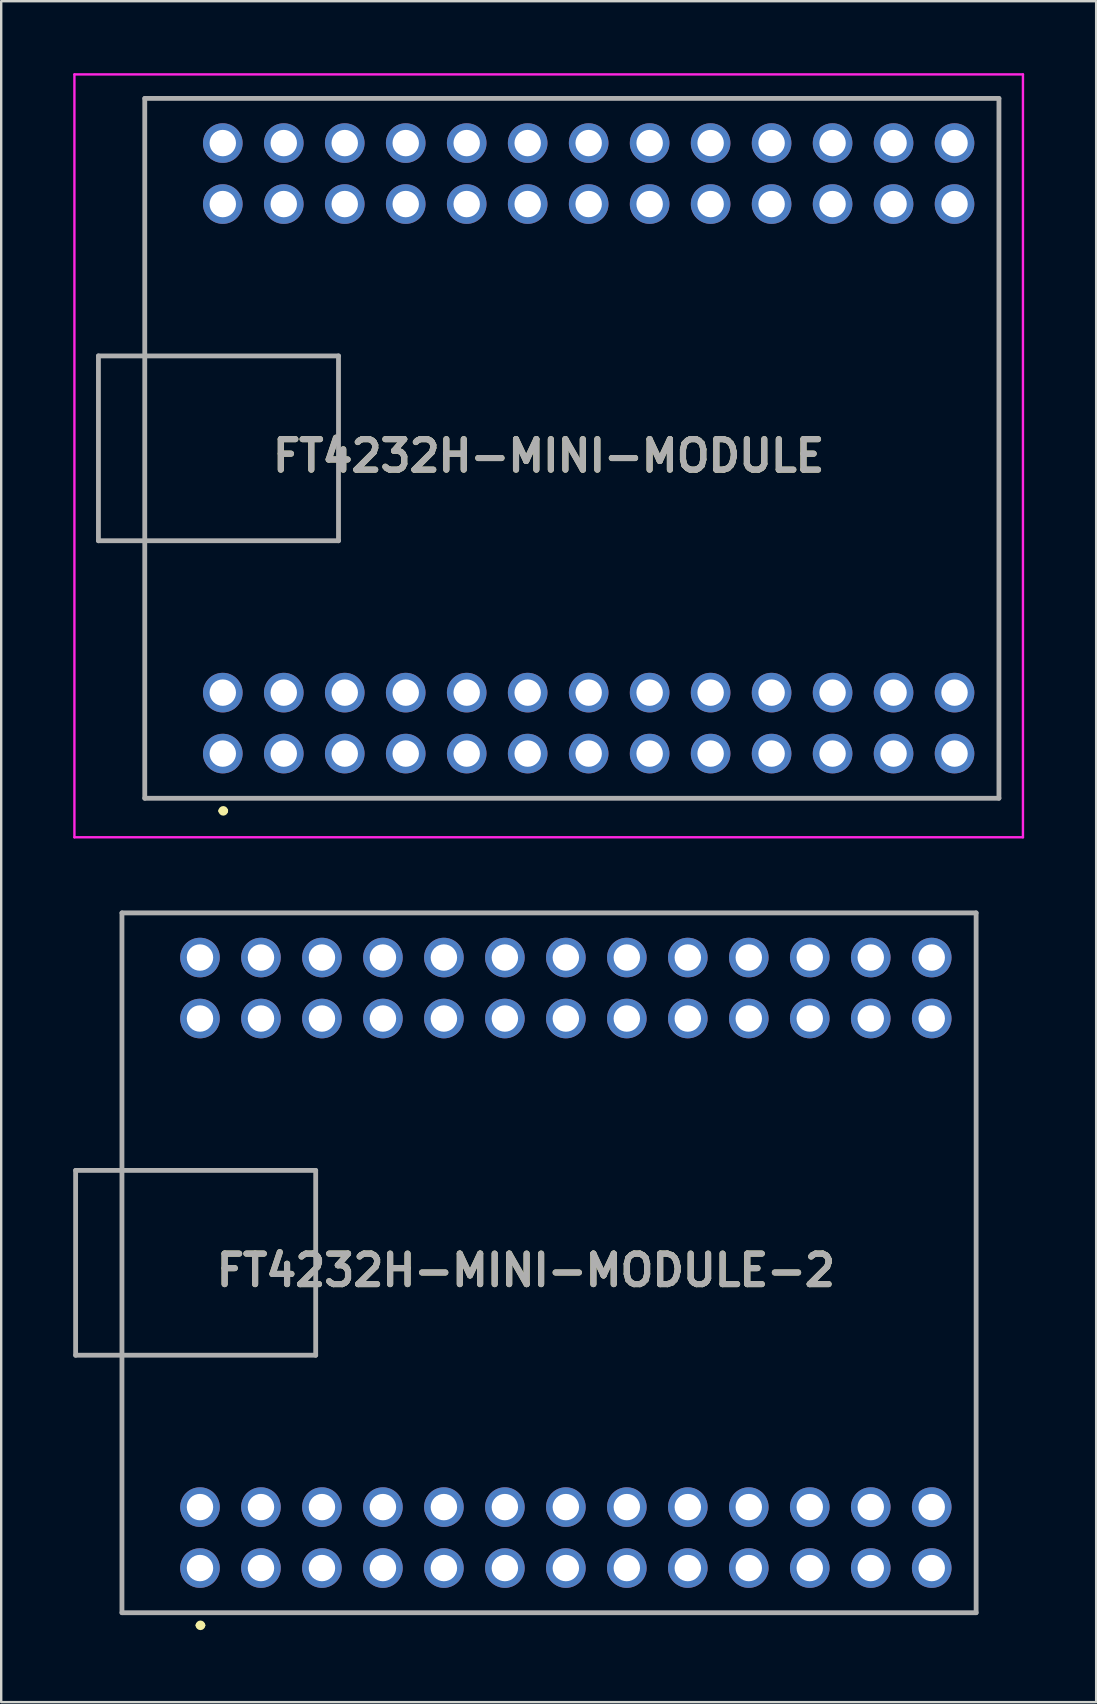
<source format=kicad_pcb>
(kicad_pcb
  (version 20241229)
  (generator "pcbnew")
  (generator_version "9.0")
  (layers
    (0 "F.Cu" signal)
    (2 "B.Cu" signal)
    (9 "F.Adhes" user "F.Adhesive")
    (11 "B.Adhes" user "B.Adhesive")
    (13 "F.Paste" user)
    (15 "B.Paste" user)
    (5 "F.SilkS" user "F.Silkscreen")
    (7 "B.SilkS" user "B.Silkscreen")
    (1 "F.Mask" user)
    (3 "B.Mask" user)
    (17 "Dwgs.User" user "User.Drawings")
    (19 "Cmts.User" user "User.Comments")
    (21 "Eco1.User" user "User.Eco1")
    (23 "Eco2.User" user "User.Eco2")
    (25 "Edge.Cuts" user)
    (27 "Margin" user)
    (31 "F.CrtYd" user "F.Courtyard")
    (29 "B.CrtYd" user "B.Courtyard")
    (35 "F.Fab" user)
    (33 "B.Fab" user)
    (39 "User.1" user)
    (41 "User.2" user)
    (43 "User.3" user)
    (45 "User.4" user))
  (footprint "FT4232H-MINI-MODULE-2"
    (layer "F.Cu")
    (at 18.855 49.864)
    (property "Reference" "FT4232H-MINI-MODULE-2" (at 0 0 0) (layer "F.SilkS") (effects (font (size 1.27 1.27) (thickness 0.254))))
    (attr through_hole)
    (fp_line (start -18.755 -4.163) (end -8.755 -4.163) (stroke (width 0.1) (type solid)) (layer "F.SilkS"))
    (fp_line (start -18.755 3.537) (end -18.755 -4.163) (stroke (width 0.1) (type solid)) (layer "F.SilkS"))
    (fp_line (start -16.825 -14.888) (end 18.755 -14.888) (stroke (width 0.1) (type solid)) (layer "F.SilkS"))
    (fp_line (start -16.825 14.262) (end -16.825 -14.888) (stroke (width 0.1) (type solid)) (layer "F.SilkS"))
    (fp_line (start -13.655 14.788) (end -13.655 14.788) (stroke (width 0.2) (type solid)) (layer "F.SilkS"))
    (fp_line (start -13.455 14.788) (end -13.455 14.788) (stroke (width 0.2) (type solid)) (layer "F.SilkS"))
    (fp_line (start -8.755 -4.163) (end -8.755 3.537) (stroke (width 0.1) (type solid)) (layer "F.SilkS"))
    (fp_line (start -8.755 3.537) (end -18.755 3.537) (stroke (width 0.1) (type solid)) (layer "F.SilkS"))
    (fp_line (start 18.755 -14.888) (end 18.755 14.262) (stroke (width 0.1) (type solid)) (layer "F.SilkS"))
    (fp_line (start 18.755 14.262) (end -16.825 14.262) (stroke (width 0.1) (type solid)) (layer "F.SilkS"))
    (fp_arc (start -13.655 14.788) (mid -13.5555 14.6875) (end -13.455 14.787) (stroke (width 0.2) (type solid)) (layer "F.SilkS"))
    (fp_arc (start -13.455 14.788) (mid -13.5555 14.8875) (end -13.655 14.787) (stroke (width 0.2) (type solid)) (layer "F.SilkS"))
    (fp_line (start -18.755 -4.163) (end -8.755 -4.163) (stroke (width 0.2) (type solid)) (layer "F.Fab"))
    (fp_line (start -18.755 3.537) (end -18.755 -4.163) (stroke (width 0.2) (type solid)) (layer "F.Fab"))
    (fp_line (start -16.825 -14.888) (end 18.755 -14.888) (stroke (width 0.2) (type solid)) (layer "F.Fab"))
    (fp_line (start -16.825 14.262) (end -16.825 -14.888) (stroke (width 0.2) (type solid)) (layer "F.Fab"))
    (fp_line (start -8.755 -4.163) (end -8.755 3.537) (stroke (width 0.2) (type solid)) (layer "F.Fab"))
    (fp_line (start -8.755 3.537) (end -18.755 3.537) (stroke (width 0.2) (type solid)) (layer "F.Fab"))
    (fp_line (start 18.755 -14.888) (end 18.755 14.262) (stroke (width 0.2) (type solid)) (layer "F.Fab"))
    (fp_line (start 18.755 14.262) (end -16.825 14.262) (stroke (width 0.2) (type solid)) (layer "F.Fab"))
    (fp_text user "${REFERENCE}" (at 0 0 0) (layer "F.Fab") (effects (font (size 1.27 1.27) (thickness 0.254))))
    (pad "1" thru_hole circle (at -13.575 12.402) (size 1.65 1.65) (drill 1.1) (layers "*.Cu" "*.Mask"))
    (pad "2" thru_hole circle (at -11.035 12.402) (size 1.65 1.65) (drill 1.1) (layers "*.Cu" "*.Mask"))
    (pad "3" thru_hole circle (at -8.495 12.402) (size 1.65 1.65) (drill 1.1) (layers "*.Cu" "*.Mask"))
    (pad "4" thru_hole circle (at -5.955 12.402) (size 1.65 1.65) (drill 1.1) (layers "*.Cu" "*.Mask"))
    (pad "5" thru_hole circle (at -3.415 12.402) (size 1.65 1.65) (drill 1.1) (layers "*.Cu" "*.Mask"))
    (pad "6" thru_hole circle (at -0.875 12.402) (size 1.65 1.65) (drill 1.1) (layers "*.Cu" "*.Mask"))
    (pad "7" thru_hole circle (at 1.665 12.402) (size 1.65 1.65) (drill 1.1) (layers "*.Cu" "*.Mask"))
    (pad "8" thru_hole circle (at 4.205 12.402) (size 1.65 1.65) (drill 1.1) (layers "*.Cu" "*.Mask"))
    (pad "9" thru_hole circle (at 6.745 12.402) (size 1.65 1.65) (drill 1.1) (layers "*.Cu" "*.Mask"))
    (pad "10" thru_hole circle (at 9.285 12.402) (size 1.65 1.65) (drill 1.1) (layers "*.Cu" "*.Mask"))
    (pad "11" thru_hole circle (at 11.825 12.402) (size 1.65 1.65) (drill 1.1) (layers "*.Cu" "*.Mask"))
    (pad "12" thru_hole circle (at 14.365 12.402) (size 1.65 1.65) (drill 1.1) (layers "*.Cu" "*.Mask"))
    (pad "13" thru_hole circle (at 16.905 12.402) (size 1.65 1.65) (drill 1.1) (layers "*.Cu" "*.Mask"))
    (pad "14" thru_hole circle (at -13.575 9.863) (size 1.65 1.65) (drill 1.1) (layers "*.Cu" "*.Mask"))
    (pad "15" thru_hole circle (at -11.035 9.863) (size 1.65 1.65) (drill 1.1) (layers "*.Cu" "*.Mask"))
    (pad "16" thru_hole circle (at -8.495 9.863) (size 1.65 1.65) (drill 1.1) (layers "*.Cu" "*.Mask"))
    (pad "17" thru_hole circle (at -5.955 9.863) (size 1.65 1.65) (drill 1.1) (layers "*.Cu" "*.Mask"))
    (pad "18" thru_hole circle (at -3.415 9.863) (size 1.65 1.65) (drill 1.1) (layers "*.Cu" "*.Mask"))
    (pad "19" thru_hole circle (at -0.875 9.863) (size 1.65 1.65) (drill 1.1) (layers "*.Cu" "*.Mask"))
    (pad "20" thru_hole circle (at 1.665 9.863) (size 1.65 1.65) (drill 1.1) (layers "*.Cu" "*.Mask"))
    (pad "21" thru_hole circle (at 4.205 9.863) (size 1.65 1.65) (drill 1.1) (layers "*.Cu" "*.Mask"))
    (pad "22" thru_hole circle (at 6.745 9.863) (size 1.65 1.65) (drill 1.1) (layers "*.Cu" "*.Mask"))
    (pad "23" thru_hole circle (at 9.285 9.863) (size 1.65 1.65) (drill 1.1) (layers "*.Cu" "*.Mask"))
    (pad "24" thru_hole circle (at 11.825 9.863) (size 1.65 1.65) (drill 1.1) (layers "*.Cu" "*.Mask"))
    (pad "25" thru_hole circle (at 14.365 9.863) (size 1.65 1.65) (drill 1.1) (layers "*.Cu" "*.Mask"))
    (pad "26" thru_hole circle (at 16.905 9.863) (size 1.65 1.65) (drill 1.1) (layers "*.Cu" "*.Mask"))
    (pad "27" thru_hole circle (at -13.575 -10.488) (size 1.65 1.65) (drill 1.1) (layers "*.Cu" "*.Mask"))
    (pad "28" thru_hole circle (at -11.035 -10.488) (size 1.65 1.65) (drill 1.1) (layers "*.Cu" "*.Mask"))
    (pad "29" thru_hole circle (at -8.495 -10.488) (size 1.65 1.65) (drill 1.1) (layers "*.Cu" "*.Mask"))
    (pad "30" thru_hole circle (at -5.955 -10.488) (size 1.65 1.65) (drill 1.1) (layers "*.Cu" "*.Mask"))
    (pad "31" thru_hole circle (at -3.415 -10.488) (size 1.65 1.65) (drill 1.1) (layers "*.Cu" "*.Mask"))
    (pad "32" thru_hole circle (at -0.875 -10.488) (size 1.65 1.65) (drill 1.1) (layers "*.Cu" "*.Mask"))
    (pad "33" thru_hole circle (at 1.665 -10.488) (size 1.65 1.65) (drill 1.1) (layers "*.Cu" "*.Mask"))
    (pad "34" thru_hole circle (at 4.205 -10.488) (size 1.65 1.65) (drill 1.1) (layers "*.Cu" "*.Mask"))
    (pad "35" thru_hole circle (at 6.745 -10.488) (size 1.65 1.65) (drill 1.1) (layers "*.Cu" "*.Mask"))
    (pad "36" thru_hole circle (at 9.285 -10.488) (size 1.65 1.65) (drill 1.1) (layers "*.Cu" "*.Mask"))
    (pad "37" thru_hole circle (at 11.825 -10.488) (size 1.65 1.65) (drill 1.1) (layers "*.Cu" "*.Mask"))
    (pad "38" thru_hole circle (at 14.365 -10.488) (size 1.65 1.65) (drill 1.1) (layers "*.Cu" "*.Mask"))
    (pad "39" thru_hole circle (at 16.905 -10.488) (size 1.65 1.65) (drill 1.1) (layers "*.Cu" "*.Mask"))
    (pad "40" thru_hole circle (at -13.575 -13.028) (size 1.65 1.65) (drill 1.1) (layers "*.Cu" "*.Mask"))
    (pad "41" thru_hole circle (at -11.035 -13.028) (size 1.65 1.65) (drill 1.1) (layers "*.Cu" "*.Mask"))
    (pad "42" thru_hole circle (at -8.495 -13.028) (size 1.65 1.65) (drill 1.1) (layers "*.Cu" "*.Mask"))
    (pad "43" thru_hole circle (at -5.955 -13.028) (size 1.65 1.65) (drill 1.1) (layers "*.Cu" "*.Mask"))
    (pad "44" thru_hole circle (at -3.415 -13.028) (size 1.65 1.65) (drill 1.1) (layers "*.Cu" "*.Mask"))
    (pad "45" thru_hole circle (at -0.875 -13.028) (size 1.65 1.65) (drill 1.1) (layers "*.Cu" "*.Mask"))
    (pad "46" thru_hole circle (at 1.665 -13.028) (size 1.65 1.65) (drill 1.1) (layers "*.Cu" "*.Mask"))
    (pad "47" thru_hole circle (at 4.205 -13.028) (size 1.65 1.65) (drill 1.1) (layers "*.Cu" "*.Mask"))
    (pad "48" thru_hole circle (at 6.745 -13.028) (size 1.65 1.65) (drill 1.1) (layers "*.Cu" "*.Mask"))
    (pad "49" thru_hole circle (at 9.285 -13.028) (size 1.65 1.65) (drill 1.1) (layers "*.Cu" "*.Mask"))
    (pad "50" thru_hole circle (at 11.825 -13.028) (size 1.65 1.65) (drill 1.1) (layers "*.Cu" "*.Mask"))
    (pad "51" thru_hole circle (at 14.365 -13.028) (size 1.65 1.65) (drill 1.1) (layers "*.Cu" "*.Mask"))
    (pad "52" thru_hole circle (at 16.905 -13.028) (size 1.65 1.65) (drill 1.1) (layers "*.Cu" "*.Mask")))
  (footprint "FT4232H-MINI-MODULE"
    (layer "F.Cu")
    (at 19.805 15.938)
    (property "Reference" "FT4232H-MINI-MODULE" (at 0 0 0) (layer "F.SilkS") (effects (font (size 1.27 1.27) (thickness 0.254))))
    (attr through_hole)
    (fp_line (start -18.755 -4.163) (end -8.755 -4.163) (stroke (width 0.1) (type solid)) (layer "F.SilkS"))
    (fp_line (start -18.755 3.537) (end -18.755 -4.163) (stroke (width 0.1) (type solid)) (layer "F.SilkS"))
    (fp_line (start -16.825 -14.888) (end 18.755 -14.888) (stroke (width 0.1) (type solid)) (layer "F.SilkS"))
    (fp_line (start -16.825 14.262) (end -16.825 -14.888) (stroke (width 0.1) (type solid)) (layer "F.SilkS"))
    (fp_line (start -13.655 14.788) (end -13.655 14.788) (stroke (width 0.2) (type solid)) (layer "F.SilkS"))
    (fp_line (start -13.455 14.788) (end -13.455 14.788) (stroke (width 0.2) (type solid)) (layer "F.SilkS"))
    (fp_line (start -8.755 -4.163) (end -8.755 3.537) (stroke (width 0.1) (type solid)) (layer "F.SilkS"))
    (fp_line (start -8.755 3.537) (end -18.755 3.537) (stroke (width 0.1) (type solid)) (layer "F.SilkS"))
    (fp_line (start 18.755 -14.888) (end 18.755 14.262) (stroke (width 0.1) (type solid)) (layer "F.SilkS"))
    (fp_line (start 18.755 14.262) (end -16.825 14.262) (stroke (width 0.1) (type solid)) (layer "F.SilkS"))
    (fp_arc (start -13.655 14.788) (mid -13.5555 14.6875) (end -13.455 14.787) (stroke (width 0.2) (type solid)) (layer "F.SilkS"))
    (fp_arc (start -13.455 14.788) (mid -13.5555 14.8875) (end -13.655 14.787) (stroke (width 0.2) (type solid)) (layer "F.SilkS"))
    (fp_line (start -19.755 -15.888) (end 19.755 -15.888) (stroke (width 0.1) (type solid)) (layer "F.CrtYd"))
    (fp_line (start -19.755 15.888) (end -19.755 -15.888) (stroke (width 0.1) (type solid)) (layer "F.CrtYd"))
    (fp_line (start 19.755 -15.888) (end 19.755 15.888) (stroke (width 0.1) (type solid)) (layer "F.CrtYd"))
    (fp_line (start 19.755 15.888) (end -19.755 15.888) (stroke (width 0.1) (type solid)) (layer "F.CrtYd"))
    (fp_line (start -18.755 -4.163) (end -8.755 -4.163) (stroke (width 0.2) (type solid)) (layer "F.Fab"))
    (fp_line (start -18.755 3.537) (end -18.755 -4.163) (stroke (width 0.2) (type solid)) (layer "F.Fab"))
    (fp_line (start -16.825 -14.888) (end 18.755 -14.888) (stroke (width 0.2) (type solid)) (layer "F.Fab"))
    (fp_line (start -16.825 14.262) (end -16.825 -14.888) (stroke (width 0.2) (type solid)) (layer "F.Fab"))
    (fp_line (start -8.755 -4.163) (end -8.755 3.537) (stroke (width 0.2) (type solid)) (layer "F.Fab"))
    (fp_line (start -8.755 3.537) (end -18.755 3.537) (stroke (width 0.2) (type solid)) (layer "F.Fab"))
    (fp_line (start 18.755 -14.888) (end 18.755 14.262) (stroke (width 0.2) (type solid)) (layer "F.Fab"))
    (fp_line (start 18.755 14.262) (end -16.825 14.262) (stroke (width 0.2) (type solid)) (layer "F.Fab"))
    (fp_text user "${REFERENCE}" (at 0 0 0) (layer "F.Fab") (effects (font (size 1.27 1.27) (thickness 0.254))))
    (pad "1" thru_hole circle (at -13.575 12.402) (size 1.65 1.65) (drill 1.1) (layers "*.Cu" "*.Mask"))
    (pad "2" thru_hole circle (at -11.035 12.402) (size 1.65 1.65) (drill 1.1) (layers "*.Cu" "*.Mask"))
    (pad "3" thru_hole circle (at -8.495 12.402) (size 1.65 1.65) (drill 1.1) (layers "*.Cu" "*.Mask"))
    (pad "4" thru_hole circle (at -5.955 12.402) (size 1.65 1.65) (drill 1.1) (layers "*.Cu" "*.Mask"))
    (pad "5" thru_hole circle (at -3.415 12.402) (size 1.65 1.65) (drill 1.1) (layers "*.Cu" "*.Mask"))
    (pad "6" thru_hole circle (at -0.875 12.402) (size 1.65 1.65) (drill 1.1) (layers "*.Cu" "*.Mask"))
    (pad "7" thru_hole circle (at 1.665 12.402) (size 1.65 1.65) (drill 1.1) (layers "*.Cu" "*.Mask"))
    (pad "8" thru_hole circle (at 4.205 12.402) (size 1.65 1.65) (drill 1.1) (layers "*.Cu" "*.Mask"))
    (pad "9" thru_hole circle (at 6.745 12.402) (size 1.65 1.65) (drill 1.1) (layers "*.Cu" "*.Mask"))
    (pad "10" thru_hole circle (at 9.285 12.402) (size 1.65 1.65) (drill 1.1) (layers "*.Cu" "*.Mask"))
    (pad "11" thru_hole circle (at 11.825 12.402) (size 1.65 1.65) (drill 1.1) (layers "*.Cu" "*.Mask"))
    (pad "12" thru_hole circle (at 14.365 12.402) (size 1.65 1.65) (drill 1.1) (layers "*.Cu" "*.Mask"))
    (pad "13" thru_hole circle (at 16.905 12.402) (size 1.65 1.65) (drill 1.1) (layers "*.Cu" "*.Mask"))
    (pad "14" thru_hole circle (at -13.575 9.863) (size 1.65 1.65) (drill 1.1) (layers "*.Cu" "*.Mask"))
    (pad "15" thru_hole circle (at -11.035 9.863) (size 1.65 1.65) (drill 1.1) (layers "*.Cu" "*.Mask"))
    (pad "16" thru_hole circle (at -8.495 9.863) (size 1.65 1.65) (drill 1.1) (layers "*.Cu" "*.Mask"))
    (pad "17" thru_hole circle (at -5.955 9.863) (size 1.65 1.65) (drill 1.1) (layers "*.Cu" "*.Mask"))
    (pad "18" thru_hole circle (at -3.415 9.863) (size 1.65 1.65) (drill 1.1) (layers "*.Cu" "*.Mask"))
    (pad "19" thru_hole circle (at -0.875 9.863) (size 1.65 1.65) (drill 1.1) (layers "*.Cu" "*.Mask"))
    (pad "20" thru_hole circle (at 1.665 9.863) (size 1.65 1.65) (drill 1.1) (layers "*.Cu" "*.Mask"))
    (pad "21" thru_hole circle (at 4.205 9.863) (size 1.65 1.65) (drill 1.1) (layers "*.Cu" "*.Mask"))
    (pad "22" thru_hole circle (at 6.745 9.863) (size 1.65 1.65) (drill 1.1) (layers "*.Cu" "*.Mask"))
    (pad "23" thru_hole circle (at 9.285 9.863) (size 1.65 1.65) (drill 1.1) (layers "*.Cu" "*.Mask"))
    (pad "24" thru_hole circle (at 11.825 9.863) (size 1.65 1.65) (drill 1.1) (layers "*.Cu" "*.Mask"))
    (pad "25" thru_hole circle (at 14.365 9.863) (size 1.65 1.65) (drill 1.1) (layers "*.Cu" "*.Mask"))
    (pad "26" thru_hole circle (at 16.905 9.863) (size 1.65 1.65) (drill 1.1) (layers "*.Cu" "*.Mask"))
    (pad "27" thru_hole circle (at -13.575 -10.488) (size 1.65 1.65) (drill 1.1) (layers "*.Cu" "*.Mask"))
    (pad "28" thru_hole circle (at -11.035 -10.488) (size 1.65 1.65) (drill 1.1) (layers "*.Cu" "*.Mask"))
    (pad "29" thru_hole circle (at -8.495 -10.488) (size 1.65 1.65) (drill 1.1) (layers "*.Cu" "*.Mask"))
    (pad "30" thru_hole circle (at -5.955 -10.488) (size 1.65 1.65) (drill 1.1) (layers "*.Cu" "*.Mask"))
    (pad "31" thru_hole circle (at -3.415 -10.488) (size 1.65 1.65) (drill 1.1) (layers "*.Cu" "*.Mask"))
    (pad "32" thru_hole circle (at -0.875 -10.488) (size 1.65 1.65) (drill 1.1) (layers "*.Cu" "*.Mask"))
    (pad "33" thru_hole circle (at 1.665 -10.488) (size 1.65 1.65) (drill 1.1) (layers "*.Cu" "*.Mask"))
    (pad "34" thru_hole circle (at 4.205 -10.488) (size 1.65 1.65) (drill 1.1) (layers "*.Cu" "*.Mask"))
    (pad "35" thru_hole circle (at 6.745 -10.488) (size 1.65 1.65) (drill 1.1) (layers "*.Cu" "*.Mask"))
    (pad "36" thru_hole circle (at 9.285 -10.488) (size 1.65 1.65) (drill 1.1) (layers "*.Cu" "*.Mask"))
    (pad "37" thru_hole circle (at 11.825 -10.488) (size 1.65 1.65) (drill 1.1) (layers "*.Cu" "*.Mask"))
    (pad "38" thru_hole circle (at 14.365 -10.488) (size 1.65 1.65) (drill 1.1) (layers "*.Cu" "*.Mask"))
    (pad "39" thru_hole circle (at 16.905 -10.488) (size 1.65 1.65) (drill 1.1) (layers "*.Cu" "*.Mask"))
    (pad "40" thru_hole circle (at -13.575 -13.028) (size 1.65 1.65) (drill 1.1) (layers "*.Cu" "*.Mask"))
    (pad "41" thru_hole circle (at -11.035 -13.028) (size 1.65 1.65) (drill 1.1) (layers "*.Cu" "*.Mask"))
    (pad "42" thru_hole circle (at -8.495 -13.028) (size 1.65 1.65) (drill 1.1) (layers "*.Cu" "*.Mask"))
    (pad "43" thru_hole circle (at -5.955 -13.028) (size 1.65 1.65) (drill 1.1) (layers "*.Cu" "*.Mask"))
    (pad "44" thru_hole circle (at -3.415 -13.028) (size 1.65 1.65) (drill 1.1) (layers "*.Cu" "*.Mask"))
    (pad "45" thru_hole circle (at -0.875 -13.028) (size 1.65 1.65) (drill 1.1) (layers "*.Cu" "*.Mask"))
    (pad "46" thru_hole circle (at 1.665 -13.028) (size 1.65 1.65) (drill 1.1) (layers "*.Cu" "*.Mask"))
    (pad "47" thru_hole circle (at 4.205 -13.028) (size 1.65 1.65) (drill 1.1) (layers "*.Cu" "*.Mask"))
    (pad "48" thru_hole circle (at 6.745 -13.028) (size 1.65 1.65) (drill 1.1) (layers "*.Cu" "*.Mask"))
    (pad "49" thru_hole circle (at 9.285 -13.028) (size 1.65 1.65) (drill 1.1) (layers "*.Cu" "*.Mask"))
    (pad "50" thru_hole circle (at 11.825 -13.028) (size 1.65 1.65) (drill 1.1) (layers "*.Cu" "*.Mask"))
    (pad "51" thru_hole circle (at 14.365 -13.028) (size 1.65 1.65) (drill 1.1) (layers "*.Cu" "*.Mask"))
    (pad "52" thru_hole circle (at 16.905 -13.028) (size 1.65 1.65) (drill 1.1) (layers "*.Cu" "*.Mask")))
  (gr_rect
    (start -3 -3)
    (end 42.61 67.852)
    (stroke (width 0.1) (type default))
    (fill no)
    (layer "Edge.Cuts")))
</source>
